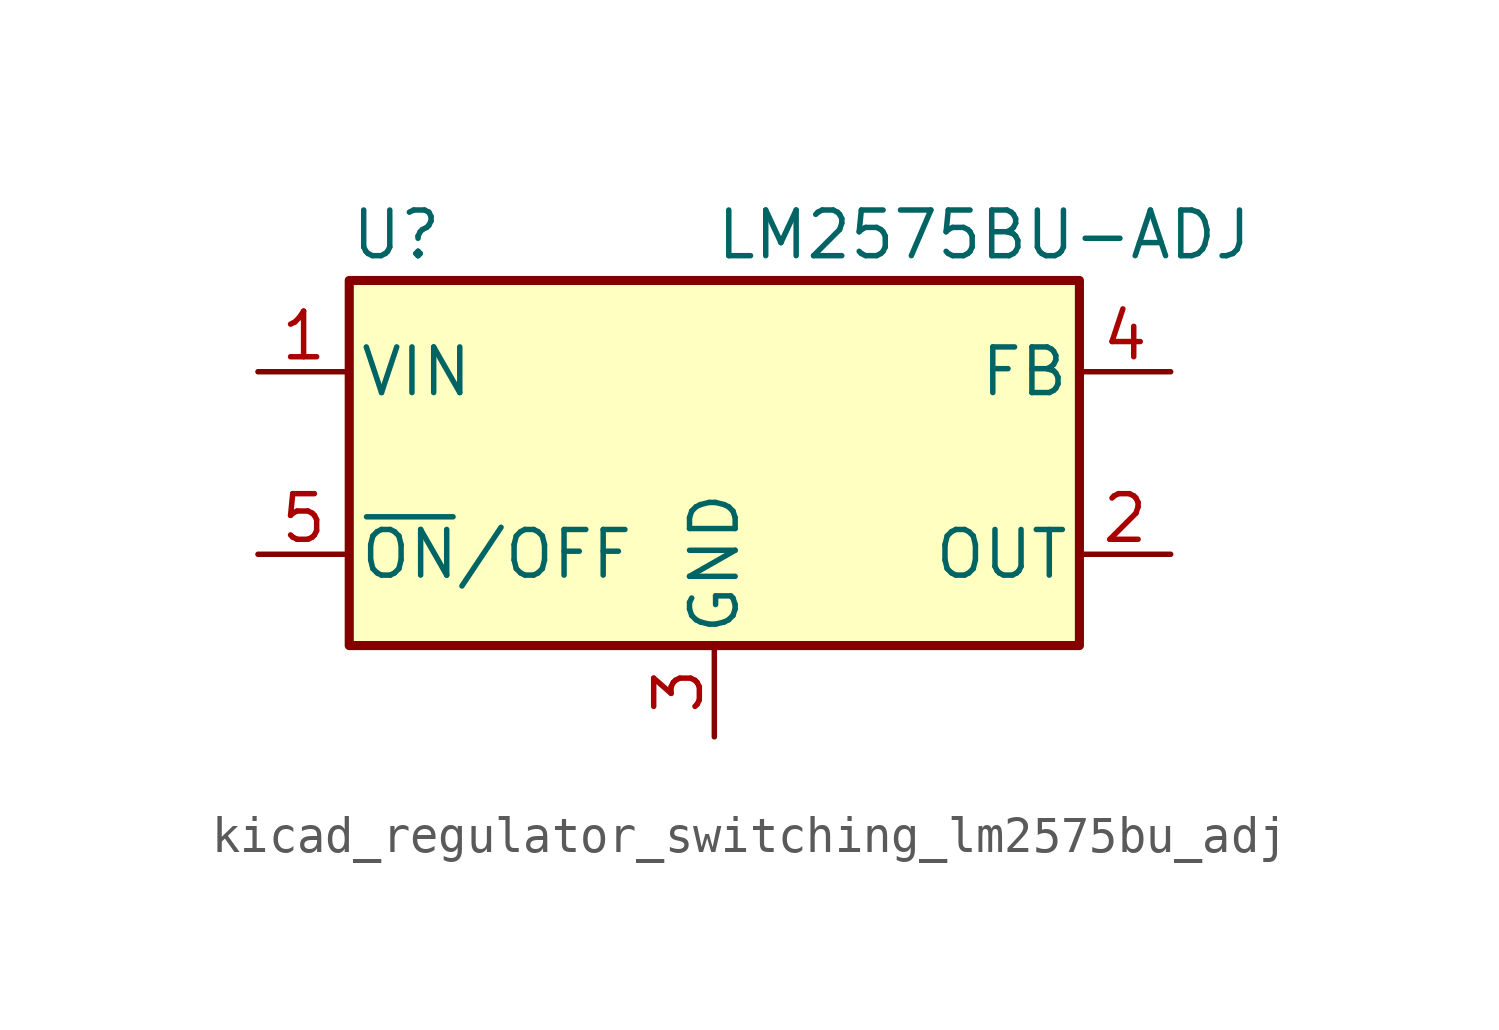
<source format=kicad_sym>
(kicad_symbol_lib
  (version 20220914)
  (generator kicad_symbol_editor)
  (symbol "kicad_regulator_switching_lm2575bu_adj"
    (pin_names
      (offset 0.254))
    (property "Reference" "U"
      (at -10.16 6.35 0)
      (effects (font (size 1.27 1.27)) (justify left)))
    (property "Value" "LM2575BU-ADJ"
      (at 0 6.35 0)
      (effects (font (size 1.27 1.27)) (justify left)))
    (symbol "kicad_regulator_switching_lm2575bu_adj_0_1"
      (rectangle (start -10.16 5.08) (end 10.16 -5.08) (stroke (width 0.254) (type default)) (fill (type background))))
    (symbol "kicad_regulator_switching_lm2575bu_adj_1_1"
      (pin power_in line (at -12.7 2.54 0) (length 2.54) (name "VIN" (effects (font (size 1.27 1.27)))) (number "1" (effects (font (size 1.27 1.27)))))
      (pin output line (at 12.7 -2.54 180) (length 2.54) (name "OUT" (effects (font (size 1.27 1.27)))) (number "2" (effects (font (size 1.27 1.27)))))
      (pin power_in line (at 0 -7.62 90) (length 2.54) (name "GND" (effects (font (size 1.27 1.27)))) (number "3" (effects (font (size 1.27 1.27)))))
      (pin input line (at 12.7 2.54 180) (length 2.54) (name "FB" (effects (font (size 1.27 1.27)))) (number "4" (effects (font (size 1.27 1.27)))))
      (pin input line (at -12.7 -2.54 0) (length 2.54) (name "~{ON}/OFF" (effects (font (size 1.27 1.27)))) (number "5" (effects (font (size 1.27 1.27))))))))
</source>
